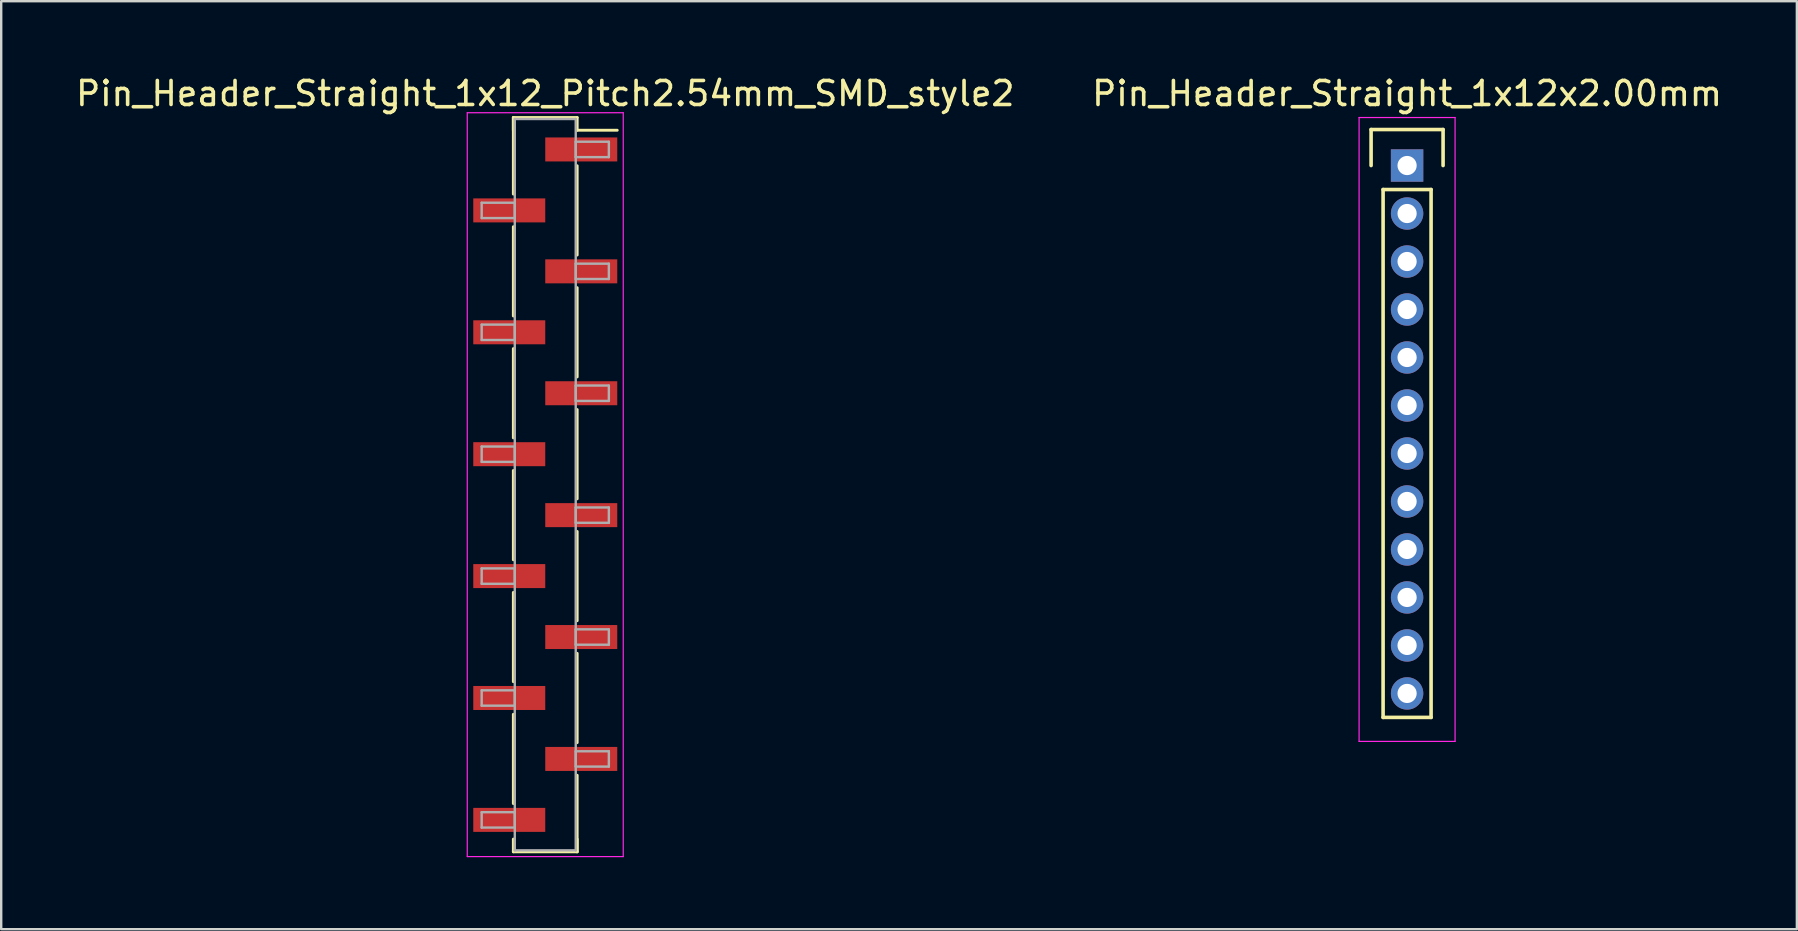
<source format=kicad_pcb>
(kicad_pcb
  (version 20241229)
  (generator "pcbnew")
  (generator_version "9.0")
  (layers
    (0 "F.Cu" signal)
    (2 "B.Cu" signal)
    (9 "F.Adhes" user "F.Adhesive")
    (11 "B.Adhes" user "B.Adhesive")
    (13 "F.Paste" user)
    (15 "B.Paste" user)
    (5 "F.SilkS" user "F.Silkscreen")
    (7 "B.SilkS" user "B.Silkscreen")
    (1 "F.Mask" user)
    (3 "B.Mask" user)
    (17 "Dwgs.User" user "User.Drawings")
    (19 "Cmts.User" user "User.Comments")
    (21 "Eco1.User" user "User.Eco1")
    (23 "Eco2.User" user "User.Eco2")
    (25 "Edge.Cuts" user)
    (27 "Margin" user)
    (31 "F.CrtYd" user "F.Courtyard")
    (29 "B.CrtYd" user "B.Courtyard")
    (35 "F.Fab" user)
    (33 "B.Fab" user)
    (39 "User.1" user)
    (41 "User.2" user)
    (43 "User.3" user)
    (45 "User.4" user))
  (footprint "Pin_Header_Straight_1x12_Pitch2.54mm_SMD_style2"
    (layer "F.Cu")
    (at 19.673 17.148)
    (property "Reference" "Pin_Header_Straight_1x12_Pitch2.54mm_SMD_style2" (at 0 -16.3 0) (layer "F.SilkS") (effects (font (size 1 1) (thickness 0.15))))
    (attr smd)
    (fp_line (start -1.33 -15.3) (end -1.33 -12.11) (stroke (width 0.12) (type solid)) (layer "F.SilkS"))
    (fp_line (start -1.33 -15.3) (end 1.33 -15.3) (stroke (width 0.12) (type solid)) (layer "F.SilkS"))
    (fp_line (start -1.33 -14.77) (end -1.33 -15.3) (stroke (width 0.12) (type solid)) (layer "F.SilkS"))
    (fp_line (start -1.33 -10.75) (end -1.33 -7.03) (stroke (width 0.12) (type solid)) (layer "F.SilkS"))
    (fp_line (start -1.33 -5.67) (end -1.33 -1.95) (stroke (width 0.12) (type solid)) (layer "F.SilkS"))
    (fp_line (start -1.33 -0.59) (end -1.33 3.13) (stroke (width 0.12) (type solid)) (layer "F.SilkS"))
    (fp_line (start -1.33 4.49) (end -1.33 8.21) (stroke (width 0.12) (type solid)) (layer "F.SilkS"))
    (fp_line (start -1.33 9.57) (end -1.33 13.29) (stroke (width 0.12) (type solid)) (layer "F.SilkS"))
    (fp_line (start -1.33 14.77) (end -1.33 15.3) (stroke (width 0.12) (type solid)) (layer "F.SilkS"))
    (fp_line (start -1.33 15.3) (end 1.33 15.3) (stroke (width 0.12) (type solid)) (layer "F.SilkS"))
    (fp_line (start 1.33 -15.3) (end 1.33 -14.77) (stroke (width 0.12) (type solid)) (layer "F.SilkS"))
    (fp_line (start 1.33 -14.77) (end 3 -14.77) (stroke (width 0.12) (type solid)) (layer "F.SilkS"))
    (fp_line (start 1.33 -13.29) (end 1.33 -9.57) (stroke (width 0.12) (type solid)) (layer "F.SilkS"))
    (fp_line (start 1.33 -8.21) (end 1.33 -4.49) (stroke (width 0.12) (type solid)) (layer "F.SilkS"))
    (fp_line (start 1.33 -3.13) (end 1.33 0.59) (stroke (width 0.12) (type solid)) (layer "F.SilkS"))
    (fp_line (start 1.33 1.95) (end 1.33 5.67) (stroke (width 0.12) (type solid)) (layer "F.SilkS"))
    (fp_line (start 1.33 7.03) (end 1.33 10.75) (stroke (width 0.12) (type solid)) (layer "F.SilkS"))
    (fp_line (start 1.33 12.11) (end 1.33 15.3) (stroke (width 0.12) (type solid)) (layer "F.SilkS"))
    (fp_line (start 1.33 15.3) (end 1.33 14.77) (stroke (width 0.12) (type solid)) (layer "F.SilkS"))
    (fp_line (start -3.25 -15.5) (end -3.25 15.5) (stroke (width 0.05) (type solid)) (layer "F.CrtYd"))
    (fp_line (start -3.25 15.5) (end 3.25 15.5) (stroke (width 0.05) (type solid)) (layer "F.CrtYd"))
    (fp_line (start 3.25 -15.5) (end -3.25 -15.5) (stroke (width 0.05) (type solid)) (layer "F.CrtYd"))
    (fp_line (start 3.25 15.5) (end 3.25 -15.5) (stroke (width 0.05) (type solid)) (layer "F.CrtYd"))
    (fp_line (start -2.65 -11.75) (end -1.27 -11.75) (stroke (width 0.1) (type solid)) (layer "F.Fab"))
    (fp_line (start -2.65 -11.11) (end -2.65 -11.75) (stroke (width 0.1) (type solid)) (layer "F.Fab"))
    (fp_line (start -2.65 -6.67) (end -1.27 -6.67) (stroke (width 0.1) (type solid)) (layer "F.Fab"))
    (fp_line (start -2.65 -6.03) (end -2.65 -6.67) (stroke (width 0.1) (type solid)) (layer "F.Fab"))
    (fp_line (start -2.65 -1.59) (end -1.27 -1.59) (stroke (width 0.1) (type solid)) (layer "F.Fab"))
    (fp_line (start -2.65 -0.95) (end -2.65 -1.59) (stroke (width 0.1) (type solid)) (layer "F.Fab"))
    (fp_line (start -2.65 3.49) (end -1.27 3.49) (stroke (width 0.1) (type solid)) (layer "F.Fab"))
    (fp_line (start -2.65 4.13) (end -2.65 3.49) (stroke (width 0.1) (type solid)) (layer "F.Fab"))
    (fp_line (start -2.65 8.57) (end -1.27 8.57) (stroke (width 0.1) (type solid)) (layer "F.Fab"))
    (fp_line (start -2.65 9.21) (end -2.65 8.57) (stroke (width 0.1) (type solid)) (layer "F.Fab"))
    (fp_line (start -2.65 13.65) (end -1.27 13.65) (stroke (width 0.1) (type solid)) (layer "F.Fab"))
    (fp_line (start -2.65 14.29) (end -2.65 13.65) (stroke (width 0.1) (type solid)) (layer "F.Fab"))
    (fp_line (start -1.27 -15.24) (end -1.27 15.24) (stroke (width 0.1) (type solid)) (layer "F.Fab"))
    (fp_line (start -1.27 -11.75) (end -1.27 -11.11) (stroke (width 0.1) (type solid)) (layer "F.Fab"))
    (fp_line (start -1.27 -11.11) (end -2.65 -11.11) (stroke (width 0.1) (type solid)) (layer "F.Fab"))
    (fp_line (start -1.27 -6.67) (end -1.27 -6.03) (stroke (width 0.1) (type solid)) (layer "F.Fab"))
    (fp_line (start -1.27 -6.03) (end -2.65 -6.03) (stroke (width 0.1) (type solid)) (layer "F.Fab"))
    (fp_line (start -1.27 -1.59) (end -1.27 -0.95) (stroke (width 0.1) (type solid)) (layer "F.Fab"))
    (fp_line (start -1.27 -0.95) (end -2.65 -0.95) (stroke (width 0.1) (type solid)) (layer "F.Fab"))
    (fp_line (start -1.27 3.49) (end -1.27 4.13) (stroke (width 0.1) (type solid)) (layer "F.Fab"))
    (fp_line (start -1.27 4.13) (end -2.65 4.13) (stroke (width 0.1) (type solid)) (layer "F.Fab"))
    (fp_line (start -1.27 8.57) (end -1.27 9.21) (stroke (width 0.1) (type solid)) (layer "F.Fab"))
    (fp_line (start -1.27 9.21) (end -2.65 9.21) (stroke (width 0.1) (type solid)) (layer "F.Fab"))
    (fp_line (start -1.27 13.65) (end -1.27 14.29) (stroke (width 0.1) (type solid)) (layer "F.Fab"))
    (fp_line (start -1.27 14.29) (end -2.65 14.29) (stroke (width 0.1) (type solid)) (layer "F.Fab"))
    (fp_line (start -1.27 15.24) (end 1.27 15.24) (stroke (width 0.1) (type solid)) (layer "F.Fab"))
    (fp_line (start 1.27 -15.24) (end -1.27 -15.24) (stroke (width 0.1) (type solid)) (layer "F.Fab"))
    (fp_line (start 1.27 -14.29) (end 1.27 -13.65) (stroke (width 0.1) (type solid)) (layer "F.Fab"))
    (fp_line (start 1.27 -13.65) (end 2.65 -13.65) (stroke (width 0.1) (type solid)) (layer "F.Fab"))
    (fp_line (start 1.27 -9.21) (end 1.27 -8.57) (stroke (width 0.1) (type solid)) (layer "F.Fab"))
    (fp_line (start 1.27 -8.57) (end 2.65 -8.57) (stroke (width 0.1) (type solid)) (layer "F.Fab"))
    (fp_line (start 1.27 -4.13) (end 1.27 -3.49) (stroke (width 0.1) (type solid)) (layer "F.Fab"))
    (fp_line (start 1.27 -3.49) (end 2.65 -3.49) (stroke (width 0.1) (type solid)) (layer "F.Fab"))
    (fp_line (start 1.27 0.95) (end 1.27 1.59) (stroke (width 0.1) (type solid)) (layer "F.Fab"))
    (fp_line (start 1.27 1.59) (end 2.65 1.59) (stroke (width 0.1) (type solid)) (layer "F.Fab"))
    (fp_line (start 1.27 6.03) (end 1.27 6.67) (stroke (width 0.1) (type solid)) (layer "F.Fab"))
    (fp_line (start 1.27 6.67) (end 2.65 6.67) (stroke (width 0.1) (type solid)) (layer "F.Fab"))
    (fp_line (start 1.27 11.11) (end 1.27 11.75) (stroke (width 0.1) (type solid)) (layer "F.Fab"))
    (fp_line (start 1.27 11.75) (end 2.65 11.75) (stroke (width 0.1) (type solid)) (layer "F.Fab"))
    (fp_line (start 1.27 15.24) (end 1.27 -15.24) (stroke (width 0.1) (type solid)) (layer "F.Fab"))
    (fp_line (start 2.65 -14.29) (end 1.27 -14.29) (stroke (width 0.1) (type solid)) (layer "F.Fab"))
    (fp_line (start 2.65 -13.65) (end 2.65 -14.29) (stroke (width 0.1) (type solid)) (layer "F.Fab"))
    (fp_line (start 2.65 -9.21) (end 1.27 -9.21) (stroke (width 0.1) (type solid)) (layer "F.Fab"))
    (fp_line (start 2.65 -8.57) (end 2.65 -9.21) (stroke (width 0.1) (type solid)) (layer "F.Fab"))
    (fp_line (start 2.65 -4.13) (end 1.27 -4.13) (stroke (width 0.1) (type solid)) (layer "F.Fab"))
    (fp_line (start 2.65 -3.49) (end 2.65 -4.13) (stroke (width 0.1) (type solid)) (layer "F.Fab"))
    (fp_line (start 2.65 0.95) (end 1.27 0.95) (stroke (width 0.1) (type solid)) (layer "F.Fab"))
    (fp_line (start 2.65 1.59) (end 2.65 0.95) (stroke (width 0.1) (type solid)) (layer "F.Fab"))
    (fp_line (start 2.65 6.03) (end 1.27 6.03) (stroke (width 0.1) (type solid)) (layer "F.Fab"))
    (fp_line (start 2.65 6.67) (end 2.65 6.03) (stroke (width 0.1) (type solid)) (layer "F.Fab"))
    (fp_line (start 2.65 11.11) (end 1.27 11.11) (stroke (width 0.1) (type solid)) (layer "F.Fab"))
    (fp_line (start 2.65 11.75) (end 2.65 11.11) (stroke (width 0.1) (type solid)) (layer "F.Fab"))
    (pad "1" smd rect (at 1.5 -13.97) (size 3 1) (layers "F.Cu" "F.Mask"))
    (pad "2" smd rect (at -1.5 -11.43) (size 3 1) (layers "F.Cu" "F.Mask"))
    (pad "3" smd rect (at 1.5 -8.89) (size 3 1) (layers "F.Cu" "F.Mask"))
    (pad "4" smd rect (at -1.5 -6.35) (size 3 1) (layers "F.Cu" "F.Mask"))
    (pad "5" smd rect (at 1.5 -3.81) (size 3 1) (layers "F.Cu" "F.Mask"))
    (pad "6" smd rect (at -1.5 -1.27) (size 3 1) (layers "F.Cu" "F.Mask"))
    (pad "7" smd rect (at 1.5 1.27) (size 3 1) (layers "F.Cu" "F.Mask"))
    (pad "8" smd rect (at -1.5 3.81) (size 3 1) (layers "F.Cu" "F.Mask"))
    (pad "9" smd rect (at 1.5 6.35) (size 3 1) (layers "F.Cu" "F.Mask"))
    (pad "10" smd rect (at -1.5 8.89) (size 3 1) (layers "F.Cu" "F.Mask"))
    (pad "11" smd rect (at 1.5 11.43) (size 3 1) (layers "F.Cu" "F.Mask"))
    (pad "12" smd rect (at -1.5 13.97) (size 3 1) (layers "F.Cu" "F.Mask")))
  (footprint "Pin_Header_Straight_1x12x2.00mm"
    (layer "F.Cu")
    (at 55.589 3.848)
    (property "Reference" "Pin_Header_Straight_1x12x2.00mm" (at 0 -3 0) (layer "F.SilkS") (effects (font (size 1 1) (thickness 0.15))))
    (attr through_hole)
    (fp_line (start -1.5 -1.5) (end 1.5 -1.5) (stroke (width 0.15) (type solid)) (layer "F.SilkS"))
    (fp_line (start -1.5 0) (end -1.5 -1.5) (stroke (width 0.15) (type solid)) (layer "F.SilkS"))
    (fp_line (start -1 1) (end 1 1) (stroke (width 0.15) (type solid)) (layer "F.SilkS"))
    (fp_line (start -1 23) (end -1 1) (stroke (width 0.15) (type solid)) (layer "F.SilkS"))
    (fp_line (start 1 1) (end 1 23) (stroke (width 0.15) (type solid)) (layer "F.SilkS"))
    (fp_line (start 1 23) (end -1 23) (stroke (width 0.15) (type solid)) (layer "F.SilkS"))
    (fp_line (start 1.5 -1.5) (end 1.5 0) (stroke (width 0.15) (type solid)) (layer "F.SilkS"))
    (fp_line (start -2 -2) (end 2 -2) (stroke (width 0.05) (type solid)) (layer "F.CrtYd"))
    (fp_line (start -2 24) (end -2 -2) (stroke (width 0.05) (type solid)) (layer "F.CrtYd"))
    (fp_line (start 2 -2) (end 2 24) (stroke (width 0.05) (type solid)) (layer "F.CrtYd"))
    (fp_line (start 2 24) (end -2 24) (stroke (width 0.05) (type solid)) (layer "F.CrtYd"))
    (pad "1" thru_hole rect (at 0 0) (size 1.35 1.35) (drill 0.8) (layers "*.Cu" "*.Mask"))
    (pad "2" thru_hole circle (at 0 2) (size 1.35 1.35) (drill 0.8) (layers "*.Cu" "*.Mask"))
    (pad "3" thru_hole circle (at 0 4) (size 1.35 1.35) (drill 0.8) (layers "*.Cu" "*.Mask"))
    (pad "4" thru_hole circle (at 0 6) (size 1.35 1.35) (drill 0.8) (layers "*.Cu" "*.Mask"))
    (pad "5" thru_hole circle (at 0 8) (size 1.35 1.35) (drill 0.8) (layers "*.Cu" "*.Mask"))
    (pad "6" thru_hole circle (at 0 10) (size 1.35 1.35) (drill 0.8) (layers "*.Cu" "*.Mask"))
    (pad "7" thru_hole circle (at 0 12) (size 1.35 1.35) (drill 0.8) (layers "*.Cu" "*.Mask"))
    (pad "8" thru_hole circle (at 0 14) (size 1.35 1.35) (drill 0.8) (layers "*.Cu" "*.Mask"))
    (pad "9" thru_hole circle (at 0 16) (size 1.35 1.35) (drill 0.8) (layers "*.Cu" "*.Mask"))
    (pad "10" thru_hole circle (at 0 18) (size 1.35 1.35) (drill 0.8) (layers "*.Cu" "*.Mask"))
    (pad "11" thru_hole circle (at 0 20) (size 1.35 1.35) (drill 0.8) (layers "*.Cu" "*.Mask"))
    (pad "12" thru_hole circle (at 0 22) (size 1.35 1.35) (drill 0.8) (layers "*.Cu" "*.Mask")))
  (gr_rect
    (start -3 -3)
    (end 71.833 35.673)
    (stroke (width 0.1) (type default))
    (fill no)
    (layer "Edge.Cuts")))
</source>
